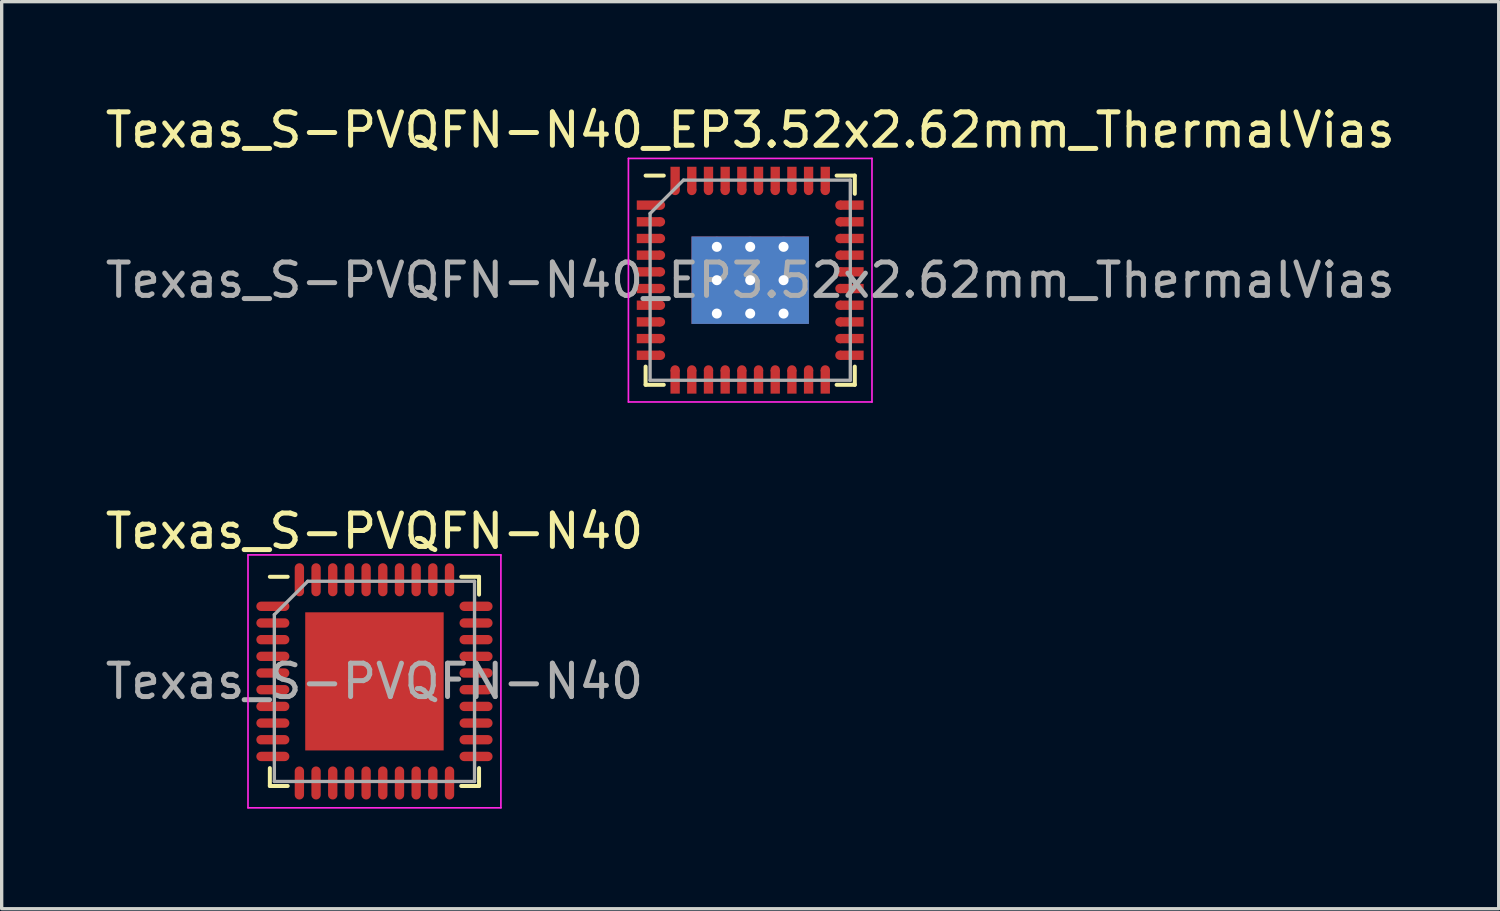
<source format=kicad_pcb>
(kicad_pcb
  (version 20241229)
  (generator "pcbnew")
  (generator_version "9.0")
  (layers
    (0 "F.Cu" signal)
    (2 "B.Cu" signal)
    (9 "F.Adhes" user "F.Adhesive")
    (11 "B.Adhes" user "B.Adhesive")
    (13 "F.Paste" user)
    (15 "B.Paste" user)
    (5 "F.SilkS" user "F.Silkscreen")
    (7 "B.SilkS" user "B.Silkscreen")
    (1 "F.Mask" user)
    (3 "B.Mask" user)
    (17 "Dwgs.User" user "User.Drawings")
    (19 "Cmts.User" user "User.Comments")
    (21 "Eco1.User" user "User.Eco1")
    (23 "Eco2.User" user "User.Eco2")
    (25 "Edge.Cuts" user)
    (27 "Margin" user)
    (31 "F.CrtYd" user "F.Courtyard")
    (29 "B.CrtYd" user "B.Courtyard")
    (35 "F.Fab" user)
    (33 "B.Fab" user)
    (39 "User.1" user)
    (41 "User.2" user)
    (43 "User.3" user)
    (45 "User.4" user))
  (footprint "Texas_S-PVQFN-N40"
    (layer "F.Cu")
    (at 8.173 17.372)
    (property "Reference" "Texas_S-PVQFN-N40" (at 0 -4.5 0) (layer "F.SilkS") (effects (font (size 1 1) (thickness 0.15))))
    (attr smd)
    (fp_line (start -3.135 2.6) (end -3.135 3.135) (stroke (width 0.12) (type solid)) (layer "F.SilkS"))
    (fp_line (start -3.135 3.135) (end -2.6 3.135) (stroke (width 0.12) (type solid)) (layer "F.SilkS"))
    (fp_line (start -2.6 -3.135) (end -3.135 -3.135) (stroke (width 0.12) (type solid)) (layer "F.SilkS"))
    (fp_line (start 2.6 3.135) (end 3.135 3.135) (stroke (width 0.12) (type solid)) (layer "F.SilkS"))
    (fp_line (start 3.135 -3.135) (end 2.6 -3.135) (stroke (width 0.12) (type solid)) (layer "F.SilkS"))
    (fp_line (start 3.135 -2.6) (end 3.135 -3.135) (stroke (width 0.12) (type solid)) (layer "F.SilkS"))
    (fp_line (start 3.135 3.135) (end 3.135 2.6) (stroke (width 0.12) (type solid)) (layer "F.SilkS"))
    (fp_line (start -3.79 -3.79) (end -3.79 3.79) (stroke (width 0.05) (type solid)) (layer "F.CrtYd"))
    (fp_line (start -3.79 3.79) (end 3.79 3.79) (stroke (width 0.05) (type solid)) (layer "F.CrtYd"))
    (fp_line (start 3.79 -3.79) (end -3.79 -3.79) (stroke (width 0.05) (type solid)) (layer "F.CrtYd"))
    (fp_line (start 3.79 3.79) (end 3.79 -3.79) (stroke (width 0.05) (type solid)) (layer "F.CrtYd"))
    (fp_line (start -3 -2) (end -3 3) (stroke (width 0.1) (type solid)) (layer "F.Fab"))
    (fp_line (start -3 3) (end 3 3) (stroke (width 0.1) (type solid)) (layer "F.Fab"))
    (fp_line (start -2 -3) (end -3 -2) (stroke (width 0.1) (type solid)) (layer "F.Fab"))
    (fp_line (start 3 -3) (end -2 -3) (stroke (width 0.1) (type solid)) (layer "F.Fab"))
    (fp_line (start 3 3) (end 3 -3) (stroke (width 0.1) (type solid)) (layer "F.Fab"))
    (fp_text user "${REFERENCE}" (at 0 0 0) (layer "F.Fab") (effects (font (size 1 1) (thickness 0.15))))
    (pad "" smd rect (at -1.45 -1.45) (size 1.15 1.15) (layers "F.Paste"))
    (pad "" smd rect (at -1.45 0) (size 1.15 1.15) (layers "F.Paste"))
    (pad "" smd rect (at -1.45 1.45) (size 1.15 1.15) (layers "F.Paste"))
    (pad "" smd rect (at 0 -1.45) (size 1.15 1.15) (layers "F.Paste"))
    (pad "" smd rect (at 0 0) (size 1.15 1.15) (layers "F.Paste"))
    (pad "" smd rect (at 0 1.45) (size 1.15 1.15) (layers "F.Paste"))
    (pad "" smd rect (at 1.45 -1.45) (size 1.15 1.15) (layers "F.Paste"))
    (pad "" smd rect (at 1.45 0) (size 1.15 1.15) (layers "F.Paste"))
    (pad "" smd rect (at 1.45 1.45) (size 1.15 1.15) (layers "F.Paste"))
    (pad "1" smd oval (at -3.045 -2.25) (size 0.99 0.28) (layers "F.Cu" "F.Mask" "F.Paste"))
    (pad "2" smd oval (at -3.045 -1.75) (size 0.99 0.28) (layers "F.Cu" "F.Mask" "F.Paste"))
    (pad "3" smd oval (at -3.045 -1.25) (size 0.99 0.28) (layers "F.Cu" "F.Mask" "F.Paste"))
    (pad "4" smd oval (at -3.045 -0.75) (size 0.99 0.28) (layers "F.Cu" "F.Mask" "F.Paste"))
    (pad "5" smd oval (at -3.045 -0.25) (size 0.99 0.28) (layers "F.Cu" "F.Mask" "F.Paste"))
    (pad "6" smd oval (at -3.045 0.25) (size 0.99 0.28) (layers "F.Cu" "F.Mask" "F.Paste"))
    (pad "7" smd oval (at -3.045 0.75) (size 0.99 0.28) (layers "F.Cu" "F.Mask" "F.Paste"))
    (pad "8" smd oval (at -3.045 1.25) (size 0.99 0.28) (layers "F.Cu" "F.Mask" "F.Paste"))
    (pad "9" smd oval (at -3.045 1.75) (size 0.99 0.28) (layers "F.Cu" "F.Mask" "F.Paste"))
    (pad "10" smd oval (at -3.045 2.25) (size 0.99 0.28) (layers "F.Cu" "F.Mask" "F.Paste"))
    (pad "11" smd oval (at -2.25 3.045) (size 0.28 0.99) (layers "F.Cu" "F.Mask" "F.Paste"))
    (pad "12" smd oval (at -1.75 3.045) (size 0.28 0.99) (layers "F.Cu" "F.Mask" "F.Paste"))
    (pad "13" smd oval (at -1.25 3.045) (size 0.28 0.99) (layers "F.Cu" "F.Mask" "F.Paste"))
    (pad "14" smd oval (at -0.75 3.045) (size 0.28 0.99) (layers "F.Cu" "F.Mask" "F.Paste"))
    (pad "15" smd oval (at -0.25 3.045) (size 0.28 0.99) (layers "F.Cu" "F.Mask" "F.Paste"))
    (pad "16" smd oval (at 0.25 3.045) (size 0.28 0.99) (layers "F.Cu" "F.Mask" "F.Paste"))
    (pad "17" smd oval (at 0.75 3.045) (size 0.28 0.99) (layers "F.Cu" "F.Mask" "F.Paste"))
    (pad "18" smd oval (at 1.25 3.045) (size 0.28 0.99) (layers "F.Cu" "F.Mask" "F.Paste"))
    (pad "19" smd oval (at 1.75 3.045) (size 0.28 0.99) (layers "F.Cu" "F.Mask" "F.Paste"))
    (pad "20" smd oval (at 2.25 3.045) (size 0.28 0.99) (layers "F.Cu" "F.Mask" "F.Paste"))
    (pad "21" smd oval (at 3.045 2.25) (size 0.99 0.28) (layers "F.Cu" "F.Mask" "F.Paste"))
    (pad "22" smd oval (at 3.045 1.75) (size 0.99 0.28) (layers "F.Cu" "F.Mask" "F.Paste"))
    (pad "23" smd oval (at 3.045 1.25) (size 0.99 0.28) (layers "F.Cu" "F.Mask" "F.Paste"))
    (pad "24" smd oval (at 3.045 0.75) (size 0.99 0.28) (layers "F.Cu" "F.Mask" "F.Paste"))
    (pad "25" smd oval (at 3.045 0.25) (size 0.99 0.28) (layers "F.Cu" "F.Mask" "F.Paste"))
    (pad "26" smd oval (at 3.045 -0.25) (size 0.99 0.28) (layers "F.Cu" "F.Mask" "F.Paste"))
    (pad "27" smd oval (at 3.045 -0.75) (size 0.99 0.28) (layers "F.Cu" "F.Mask" "F.Paste"))
    (pad "28" smd oval (at 3.045 -1.25) (size 0.99 0.28) (layers "F.Cu" "F.Mask" "F.Paste"))
    (pad "29" smd oval (at 3.045 -1.75) (size 0.99 0.28) (layers "F.Cu" "F.Mask" "F.Paste"))
    (pad "30" smd oval (at 3.045 -2.25) (size 0.99 0.28) (layers "F.Cu" "F.Mask" "F.Paste"))
    (pad "31" smd oval (at 2.25 -3.045) (size 0.28 0.99) (layers "F.Cu" "F.Mask" "F.Paste"))
    (pad "32" smd oval (at 1.75 -3.045) (size 0.28 0.99) (layers "F.Cu" "F.Mask" "F.Paste"))
    (pad "33" smd oval (at 1.25 -3.045) (size 0.28 0.99) (layers "F.Cu" "F.Mask" "F.Paste"))
    (pad "34" smd oval (at 0.75 -3.045) (size 0.28 0.99) (layers "F.Cu" "F.Mask" "F.Paste"))
    (pad "35" smd oval (at 0.25 -3.045) (size 0.28 0.99) (layers "F.Cu" "F.Mask" "F.Paste"))
    (pad "36" smd oval (at -0.25 -3.045) (size 0.28 0.99) (layers "F.Cu" "F.Mask" "F.Paste"))
    (pad "37" smd oval (at -0.75 -3.045) (size 0.28 0.99) (layers "F.Cu" "F.Mask" "F.Paste"))
    (pad "38" smd oval (at -1.25 -3.045) (size 0.28 0.99) (layers "F.Cu" "F.Mask" "F.Paste"))
    (pad "39" smd oval (at -1.75 -3.045) (size 0.28 0.99) (layers "F.Cu" "F.Mask" "F.Paste"))
    (pad "40" smd oval (at -2.25 -3.045) (size 0.28 0.99) (layers "F.Cu" "F.Mask" "F.Paste"))
    (pad "41" smd rect (at 0 0) (size 4.15 4.14) (layers "F.Cu" "F.Mask")))
  (footprint "Texas_S-PVQFN-N40_EP3.52x2.62mm_ThermalVias"
    (layer "F.Cu")
    (at 19.435 5.348)
    (property "Reference" "Texas_S-PVQFN-N40_EP3.52x2.62mm_ThermalVias" (at 0 -4.5 0) (layer "F.SilkS") (effects (font (size 1 1) (thickness 0.15))))
    (attr smd)
    (fp_line (start -3.135 -3.135) (end -2.59 -3.135) (stroke (width 0.12) (type solid)) (layer "F.SilkS"))
    (fp_line (start -3.135 2.59) (end -3.135 3.135) (stroke (width 0.12) (type solid)) (layer "F.SilkS"))
    (fp_line (start -3.135 3.135) (end -2.59 3.135) (stroke (width 0.12) (type solid)) (layer "F.SilkS"))
    (fp_line (start 3.135 -3.135) (end 2.59 -3.135) (stroke (width 0.12) (type solid)) (layer "F.SilkS"))
    (fp_line (start 3.135 -2.59) (end 3.135 -3.135) (stroke (width 0.12) (type solid)) (layer "F.SilkS"))
    (fp_line (start 3.135 2.59) (end 3.135 3.135) (stroke (width 0.12) (type solid)) (layer "F.SilkS"))
    (fp_line (start 3.135 3.135) (end 2.59 3.135) (stroke (width 0.12) (type solid)) (layer "F.SilkS"))
    (fp_line (start -3.65 -3.65) (end -3.65 3.65) (stroke (width 0.05) (type solid)) (layer "F.CrtYd"))
    (fp_line (start -3.65 3.65) (end 3.65 3.65) (stroke (width 0.05) (type solid)) (layer "F.CrtYd"))
    (fp_line (start 3.65 -3.65) (end -3.65 -3.65) (stroke (width 0.05) (type solid)) (layer "F.CrtYd"))
    (fp_line (start 3.65 3.65) (end 3.65 -3.65) (stroke (width 0.05) (type solid)) (layer "F.CrtYd"))
    (fp_line (start -3 -2) (end -3 3) (stroke (width 0.1) (type solid)) (layer "F.Fab"))
    (fp_line (start -3 3) (end 3 3) (stroke (width 0.1) (type solid)) (layer "F.Fab"))
    (fp_line (start -2 -3) (end -3 -2) (stroke (width 0.1) (type solid)) (layer "F.Fab"))
    (fp_line (start 3 -3) (end -2 -3) (stroke (width 0.1) (type solid)) (layer "F.Fab"))
    (fp_line (start 3 3) (end 3 -3) (stroke (width 0.1) (type solid)) (layer "F.Fab"))
    (fp_text user "${REFERENCE}" (at 0 0 0) (layer "F.Fab") (effects (font (size 1 1) (thickness 0.15))))
    (pad "" smd rect (at -0.9 -0.65) (size 1.5 1) (layers "F.Paste"))
    (pad "" smd rect (at -0.9 0.65) (size 1.5 1) (layers "F.Paste"))
    (pad "" smd rect (at 0.9 -0.65) (size 1.5 1) (layers "F.Paste"))
    (pad "" smd rect (at 0.9 0.65) (size 1.5 1) (layers "F.Paste"))
    (pad "1" smd rect (at -3.045 -2.25) (size 0.71 0.28) (layers "F.Cu" "F.Mask" "F.Paste"))
    (pad "1" smd circle (at -2.69 -2.25) (size 0.28 0.28) (layers "F.Cu" "F.Mask" "F.Paste"))
    (pad "2" smd rect (at -3.045 -1.75) (size 0.71 0.28) (layers "F.Cu" "F.Mask" "F.Paste"))
    (pad "2" smd circle (at -2.69 -1.75) (size 0.28 0.28) (layers "F.Cu" "F.Mask" "F.Paste"))
    (pad "3" smd rect (at -3.045 -1.25) (size 0.71 0.28) (layers "F.Cu" "F.Mask" "F.Paste"))
    (pad "3" smd circle (at -2.69 -1.25) (size 0.28 0.28) (layers "F.Cu" "F.Mask" "F.Paste"))
    (pad "4" smd rect (at -3.045 -0.75) (size 0.71 0.28) (layers "F.Cu" "F.Mask" "F.Paste"))
    (pad "4" smd circle (at -2.69 -0.75) (size 0.28 0.28) (layers "F.Cu" "F.Mask" "F.Paste"))
    (pad "5" smd rect (at -3.045 -0.25) (size 0.71 0.28) (layers "F.Cu" "F.Mask" "F.Paste"))
    (pad "5" smd circle (at -2.69 -0.25) (size 0.28 0.28) (layers "F.Cu" "F.Mask" "F.Paste"))
    (pad "6" smd rect (at -3.045 0.25) (size 0.71 0.28) (layers "F.Cu" "F.Mask" "F.Paste"))
    (pad "6" smd circle (at -2.69 0.25) (size 0.28 0.28) (layers "F.Cu" "F.Mask" "F.Paste"))
    (pad "7" smd rect (at -3.045 0.75) (size 0.71 0.28) (layers "F.Cu" "F.Mask" "F.Paste"))
    (pad "7" smd circle (at -2.69 0.75) (size 0.28 0.28) (layers "F.Cu" "F.Mask" "F.Paste"))
    (pad "8" smd rect (at -3.045 1.25) (size 0.71 0.28) (layers "F.Cu" "F.Mask" "F.Paste"))
    (pad "8" smd circle (at -2.69 1.25) (size 0.28 0.28) (layers "F.Cu" "F.Mask" "F.Paste"))
    (pad "9" smd rect (at -3.045 1.75) (size 0.71 0.28) (layers "F.Cu" "F.Mask" "F.Paste"))
    (pad "9" smd circle (at -2.69 1.75) (size 0.28 0.28) (layers "F.Cu" "F.Mask" "F.Paste"))
    (pad "10" smd rect (at -3.045 2.25) (size 0.71 0.28) (layers "F.Cu" "F.Mask" "F.Paste"))
    (pad "10" smd circle (at -2.69 2.25) (size 0.28 0.28) (layers "F.Cu" "F.Mask" "F.Paste"))
    (pad "11" smd circle (at -2.25 2.69) (size 0.28 0.28) (layers "F.Cu" "F.Mask" "F.Paste"))
    (pad "11" smd rect (at -2.25 3.045) (size 0.28 0.71) (layers "F.Cu" "F.Mask" "F.Paste"))
    (pad "12" smd circle (at -1.75 2.69) (size 0.28 0.28) (layers "F.Cu" "F.Mask" "F.Paste"))
    (pad "12" smd rect (at -1.75 3.045) (size 0.28 0.71) (layers "F.Cu" "F.Mask" "F.Paste"))
    (pad "13" smd circle (at -1.25 2.69) (size 0.28 0.28) (layers "F.Cu" "F.Mask" "F.Paste"))
    (pad "13" smd rect (at -1.25 3.045) (size 0.28 0.71) (layers "F.Cu" "F.Mask" "F.Paste"))
    (pad "14" smd circle (at -0.75 2.69) (size 0.28 0.28) (layers "F.Cu" "F.Mask" "F.Paste"))
    (pad "14" smd rect (at -0.75 3.045) (size 0.28 0.71) (layers "F.Cu" "F.Mask" "F.Paste"))
    (pad "15" smd circle (at -0.25 2.69) (size 0.28 0.28) (layers "F.Cu" "F.Mask" "F.Paste"))
    (pad "15" smd rect (at -0.25 3.045) (size 0.28 0.71) (layers "F.Cu" "F.Mask" "F.Paste"))
    (pad "16" smd circle (at 0.25 2.69) (size 0.28 0.28) (layers "F.Cu" "F.Mask" "F.Paste"))
    (pad "16" smd rect (at 0.25 3.045) (size 0.28 0.71) (layers "F.Cu" "F.Mask" "F.Paste"))
    (pad "17" smd circle (at 0.75 2.69) (size 0.28 0.28) (layers "F.Cu" "F.Mask" "F.Paste"))
    (pad "17" smd rect (at 0.75 3.045) (size 0.28 0.71) (layers "F.Cu" "F.Mask" "F.Paste"))
    (pad "18" smd circle (at 1.25 2.69) (size 0.28 0.28) (layers "F.Cu" "F.Mask" "F.Paste"))
    (pad "18" smd rect (at 1.25 3.045) (size 0.28 0.71) (layers "F.Cu" "F.Mask" "F.Paste"))
    (pad "19" smd circle (at 1.75 2.69) (size 0.28 0.28) (layers "F.Cu" "F.Mask" "F.Paste"))
    (pad "19" smd rect (at 1.75 3.045) (size 0.28 0.71) (layers "F.Cu" "F.Mask" "F.Paste"))
    (pad "20" smd circle (at 2.25 2.69) (size 0.28 0.28) (layers "F.Cu" "F.Mask" "F.Paste"))
    (pad "20" smd rect (at 2.25 3.045) (size 0.28 0.71) (layers "F.Cu" "F.Mask" "F.Paste"))
    (pad "21" smd circle (at 2.69 2.25) (size 0.28 0.28) (layers "F.Cu" "F.Mask" "F.Paste"))
    (pad "21" smd rect (at 3.045 2.25) (size 0.71 0.28) (layers "F.Cu" "F.Mask" "F.Paste"))
    (pad "22" smd circle (at 2.69 1.75) (size 0.28 0.28) (layers "F.Cu" "F.Mask" "F.Paste"))
    (pad "22" smd rect (at 3.045 1.75) (size 0.71 0.28) (layers "F.Cu" "F.Mask" "F.Paste"))
    (pad "23" smd circle (at 2.69 1.25) (size 0.28 0.28) (layers "F.Cu" "F.Mask" "F.Paste"))
    (pad "23" smd rect (at 3.045 1.25) (size 0.71 0.28) (layers "F.Cu" "F.Mask" "F.Paste"))
    (pad "24" smd circle (at 2.69 0.75) (size 0.28 0.28) (layers "F.Cu" "F.Mask" "F.Paste"))
    (pad "24" smd rect (at 3.045 0.75) (size 0.71 0.28) (layers "F.Cu" "F.Mask" "F.Paste"))
    (pad "25" smd circle (at 2.69 0.25) (size 0.28 0.28) (layers "F.Cu" "F.Mask" "F.Paste"))
    (pad "25" smd rect (at 3.045 0.25) (size 0.71 0.28) (layers "F.Cu" "F.Mask" "F.Paste"))
    (pad "26" smd circle (at 2.69 -0.25) (size 0.28 0.28) (layers "F.Cu" "F.Mask" "F.Paste"))
    (pad "26" smd rect (at 3.045 -0.25) (size 0.71 0.28) (layers "F.Cu" "F.Mask" "F.Paste"))
    (pad "27" smd circle (at 2.69 -0.75) (size 0.28 0.28) (layers "F.Cu" "F.Mask" "F.Paste"))
    (pad "27" smd rect (at 3.045 -0.75) (size 0.71 0.28) (layers "F.Cu" "F.Mask" "F.Paste"))
    (pad "28" smd circle (at 2.69 -1.25) (size 0.28 0.28) (layers "F.Cu" "F.Mask" "F.Paste"))
    (pad "28" smd rect (at 3.045 -1.25) (size 0.71 0.28) (layers "F.Cu" "F.Mask" "F.Paste"))
    (pad "29" smd circle (at 2.69 -1.75) (size 0.28 0.28) (layers "F.Cu" "F.Mask" "F.Paste"))
    (pad "29" smd rect (at 3.045 -1.75) (size 0.71 0.28) (layers "F.Cu" "F.Mask" "F.Paste"))
    (pad "30" smd circle (at 2.69 -2.25) (size 0.28 0.28) (layers "F.Cu" "F.Mask" "F.Paste"))
    (pad "30" smd rect (at 3.045 -2.25) (size 0.71 0.28) (layers "F.Cu" "F.Mask" "F.Paste"))
    (pad "31" smd rect (at 2.25 -3.045) (size 0.28 0.71) (layers "F.Cu" "F.Mask" "F.Paste"))
    (pad "31" smd circle (at 2.25 -2.69) (size 0.28 0.28) (layers "F.Cu" "F.Mask" "F.Paste"))
    (pad "32" smd rect (at 1.75 -3.045) (size 0.28 0.71) (layers "F.Cu" "F.Mask" "F.Paste"))
    (pad "32" smd circle (at 1.75 -2.69) (size 0.28 0.28) (layers "F.Cu" "F.Mask" "F.Paste"))
    (pad "33" smd rect (at 1.25 -3.045) (size 0.28 0.71) (layers "F.Cu" "F.Mask" "F.Paste"))
    (pad "33" smd circle (at 1.25 -2.69) (size 0.28 0.28) (layers "F.Cu" "F.Mask" "F.Paste"))
    (pad "34" smd rect (at 0.75 -3.045) (size 0.28 0.71) (layers "F.Cu" "F.Mask" "F.Paste"))
    (pad "34" smd circle (at 0.75 -2.69) (size 0.28 0.28) (layers "F.Cu" "F.Mask" "F.Paste"))
    (pad "35" smd rect (at 0.25 -3.045) (size 0.28 0.71) (layers "F.Cu" "F.Mask" "F.Paste"))
    (pad "35" smd circle (at 0.25 -2.69) (size 0.28 0.28) (layers "F.Cu" "F.Mask" "F.Paste"))
    (pad "36" smd rect (at -0.25 -3.045) (size 0.28 0.71) (layers "F.Cu" "F.Mask" "F.Paste"))
    (pad "36" smd circle (at -0.25 -2.69) (size 0.28 0.28) (layers "F.Cu" "F.Mask" "F.Paste"))
    (pad "37" smd rect (at -0.75 -3.045) (size 0.28 0.71) (layers "F.Cu" "F.Mask" "F.Paste"))
    (pad "37" smd circle (at -0.75 -2.69) (size 0.28 0.28) (layers "F.Cu" "F.Mask" "F.Paste"))
    (pad "38" smd rect (at -1.25 -3.045) (size 0.28 0.71) (layers "F.Cu" "F.Mask" "F.Paste"))
    (pad "38" smd circle (at -1.25 -2.69) (size 0.28 0.28) (layers "F.Cu" "F.Mask" "F.Paste"))
    (pad "39" smd rect (at -1.75 -3.045) (size 0.28 0.71) (layers "F.Cu" "F.Mask" "F.Paste"))
    (pad "39" smd circle (at -1.75 -2.69) (size 0.28 0.28) (layers "F.Cu" "F.Mask" "F.Paste"))
    (pad "40" smd rect (at -2.25 -3.045) (size 0.28 0.71) (layers "F.Cu" "F.Mask" "F.Paste"))
    (pad "40" smd circle (at -2.25 -2.69) (size 0.28 0.28) (layers "F.Cu" "F.Mask" "F.Paste"))
    (pad "41" thru_hole circle (at -1 -1) (size 0.6 0.6) (drill 0.3) (layers "*.Cu"))
    (pad "41" thru_hole circle (at -1 0) (size 0.6 0.6) (drill 0.3) (layers "*.Cu"))
    (pad "41" thru_hole circle (at -1 1) (size 0.6 0.6) (drill 0.3) (layers "*.Cu"))
    (pad "41" thru_hole circle (at 0 -1) (size 0.6 0.6) (drill 0.3) (layers "*.Cu"))
    (pad "41" thru_hole circle (at 0 0) (size 0.6 0.6) (drill 0.3) (layers "*.Cu"))
    (pad "41" smd rect (at 0 0) (size 3.52 2.62) (layers "F.Cu" "F.Mask"))
    (pad "41" smd rect (at 0 0) (size 3.52 2.62) (layers "B.Cu"))
    (pad "41" thru_hole circle (at 0 1) (size 0.6 0.6) (drill 0.3) (layers "*.Cu"))
    (pad "41" thru_hole circle (at 1 -1) (size 0.6 0.6) (drill 0.3) (layers "*.Cu"))
    (pad "41" thru_hole circle (at 1 0) (size 0.6 0.6) (drill 0.3) (layers "*.Cu"))
    (pad "41" thru_hole circle (at 1 1) (size 0.6 0.6) (drill 0.3) (layers "*.Cu")))
  (gr_rect
    (start -3 -3)
    (end 41.869 24.186)
    (stroke (width 0.1) (type default))
    (fill no)
    (layer "Edge.Cuts")))
</source>
